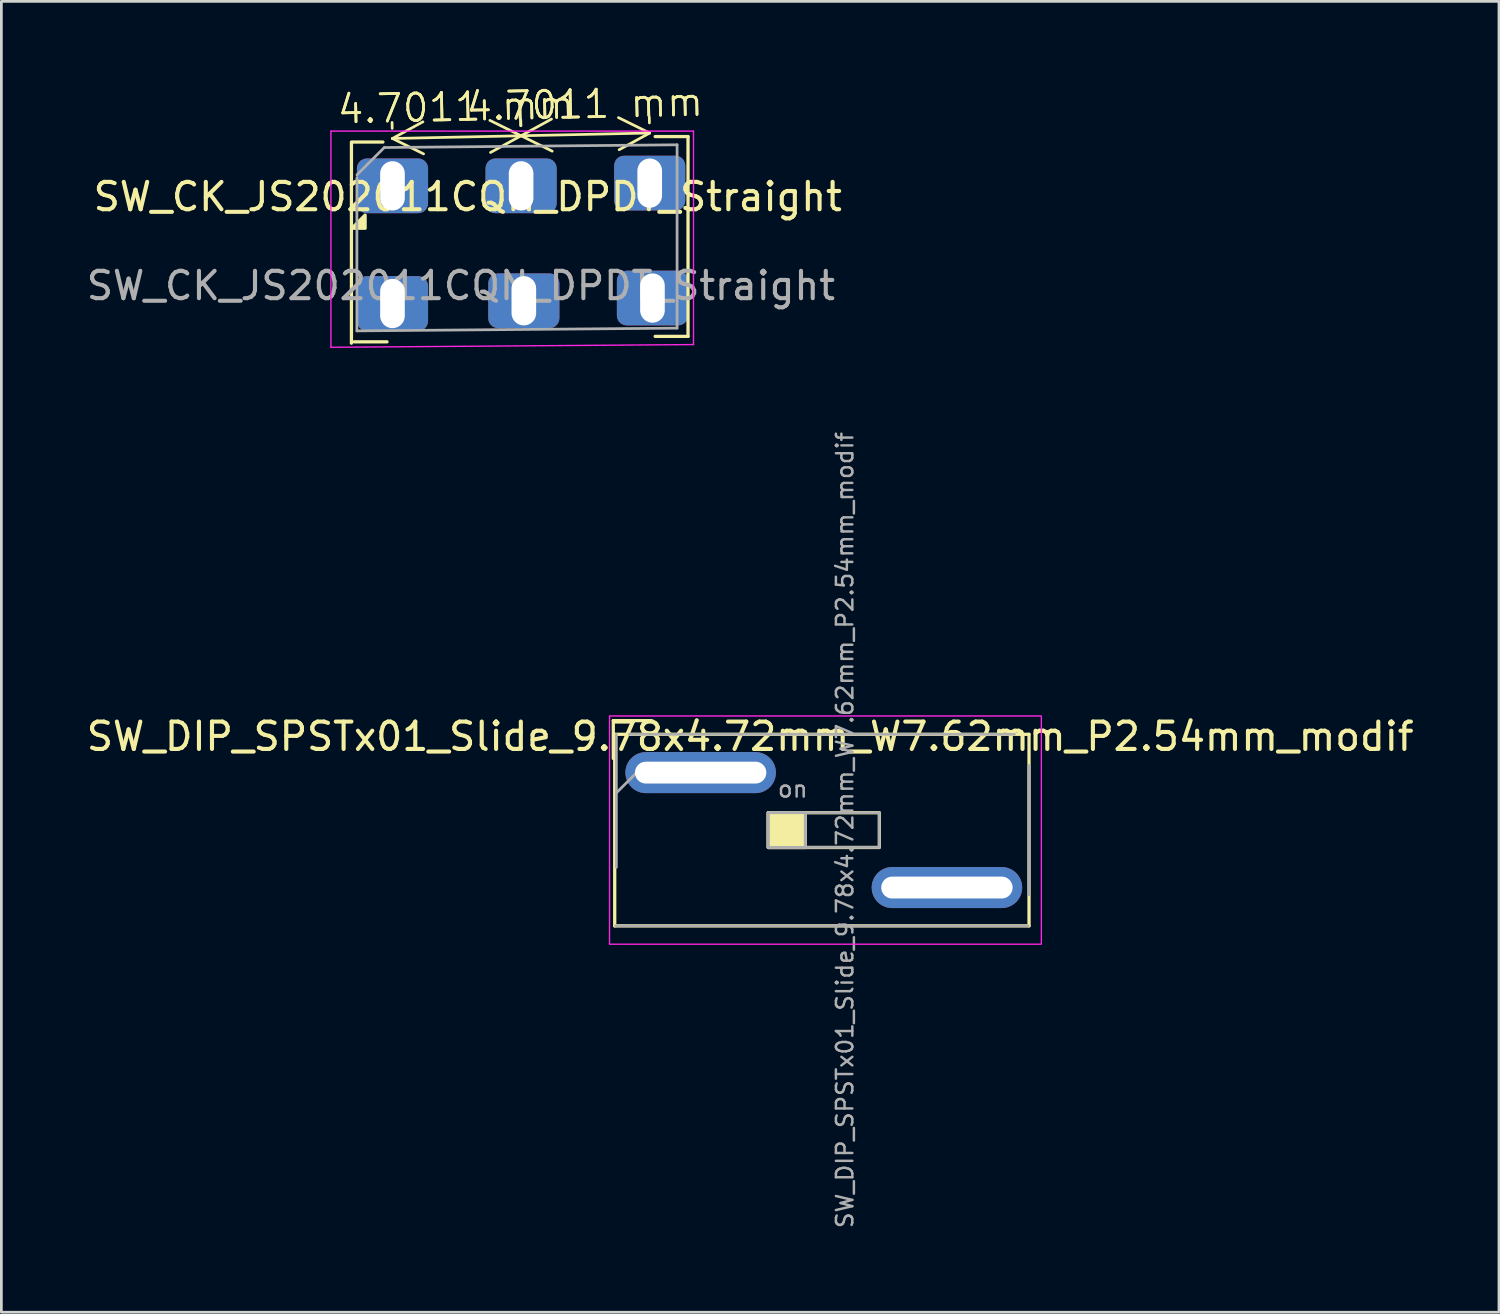
<source format=kicad_pcb>
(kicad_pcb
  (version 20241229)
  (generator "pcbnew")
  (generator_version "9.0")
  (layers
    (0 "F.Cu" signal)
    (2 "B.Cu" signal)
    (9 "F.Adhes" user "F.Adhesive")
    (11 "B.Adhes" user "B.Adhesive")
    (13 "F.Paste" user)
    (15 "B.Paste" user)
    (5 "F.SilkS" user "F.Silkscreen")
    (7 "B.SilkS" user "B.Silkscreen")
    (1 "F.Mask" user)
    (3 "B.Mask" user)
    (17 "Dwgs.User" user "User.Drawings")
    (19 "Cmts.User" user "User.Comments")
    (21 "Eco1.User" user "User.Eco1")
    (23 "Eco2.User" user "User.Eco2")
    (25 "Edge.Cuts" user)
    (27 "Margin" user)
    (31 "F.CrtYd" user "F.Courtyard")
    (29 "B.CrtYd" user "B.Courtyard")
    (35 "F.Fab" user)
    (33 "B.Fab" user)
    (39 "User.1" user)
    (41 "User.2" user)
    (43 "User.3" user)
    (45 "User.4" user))
  (footprint "SW_DIP_SPSTx01_Slide_9.78x4.72mm_W7.62mm_P2.54mm_modif"
    (layer "F.Cu")
    (at 20.553 27.283)
    (property "Reference" "SW_DIP_SPSTx01_Slide_9.78x4.72mm_W7.62mm_P2.54mm_modif" (at 3.81 -3.42 0) (layer "F.SilkS") (effects (font (size 1 1) (thickness 0.15))))
    (attr through_hole)
    (fp_line (start -1.192 -4) (end -1.192 -2.617) (stroke (width 0.12) (type solid)) (layer "F.SilkS"))
    (fp_line (start -1.192 -4) (end 0.192 -4) (stroke (width 0.12) (type solid)) (layer "F.SilkS"))
    (fp_line (start -1.14 -3.5) (end -1.14 3.5) (stroke (width 0.12) (type solid)) (layer "F.SilkS"))
    (fp_line (start -1.14 -3.5) (end 14 -3.5) (stroke (width 0.12) (type solid)) (layer "F.SilkS"))
    (fp_line (start -1.14 3.5) (end 14 3.5) (stroke (width 0.12) (type solid)) (layer "F.SilkS"))
    (fp_line (start 5.823 -0.635) (end 5.823 0.635) (stroke (width 0.12) (type solid)) (layer "F.SilkS"))
    (fp_line (start 14 -3.5) (end 14 3.5) (stroke (width 0.12) (type solid)) (layer "F.SilkS"))
    (fp_rect (start 4.47 -0.635) (end 5.823 0.635) (stroke (width 0.12) (type solid)) (fill yes) (layer "F.SilkS"))
    (fp_rect (start 4.47 -0.635) (end 8.53 0.635) (stroke (width 0.12) (type solid)) (fill no) (layer "F.SilkS"))
    (fp_rect (start -1.33 -4.17) (end 14.45 4.17) (stroke (width 0.05) (type solid)) (fill no) (layer "F.CrtYd"))
    (fp_line (start -1.08 -1.36) (end -0.08 -2.36) (stroke (width 0.1) (type solid)) (layer "F.Fab"))
    (fp_line (start -1.08 1.36) (end -1.08 -3.5) (stroke (width 0.1) (type solid)) (layer "F.Fab"))
    (fp_line (start -0.61 -3.5) (end 13.47 -3.5) (stroke (width 0.1) (type solid)) (layer "F.Fab"))
    (fp_line (start 5.823 -0.635) (end 5.823 0.635) (stroke (width 0.1) (type solid)) (layer "F.Fab"))
    (fp_line (start 13.97 3.5) (end -1.11 3.5) (stroke (width 0.1) (type solid)) (layer "F.Fab"))
    (fp_line (start 14 -2.36) (end 14 2.36) (stroke (width 0.1) (type solid)) (layer "F.Fab"))
    (fp_rect (start 4.47 -0.635) (end 5.823 0.635) (stroke (width 0.1) (type solid)) (fill no) (layer "F.Fab"))
    (fp_rect (start 4.47 -0.635) (end 8.53 0.635) (stroke (width 0.1) (type solid)) (fill no) (layer "F.Fab"))
    (fp_text user "${REFERENCE}" (at 7.27 0 90) (layer "F.Fab") (effects (font (size 0.6 0.6) (thickness 0.09))))
    (fp_text user "on" (at 5.365 -1.498 0) (layer "F.Fab") (effects (font (size 0.6 0.6) (thickness 0.09))))
    (pad "1" thru_hole oval (at 2 -2.1) (size 5.5 1.5) (drill oval 4.8 0.8) (layers "*.Cu" "*.Mask"))
    (pad "2" thru_hole oval (at 11 2.1) (size 5.5 1.5) (drill oval 4.8 0.8) (layers "*.Cu" "*.Mask")))
  (footprint "SW_CK_JS202011CQN_DPDT_Straight"
    (layer "F.Cu")
    (at 11.292 5.741)
    (property "Reference" "SW_CK_JS202011CQN_DPDT_Straight" (at 2.75 -1.6 0) (layer "F.SilkS") (effects (font (size 1 1) (thickness 0.15))))
    (attr through_hole)
    (fp_line (start -1.5 -3.6) (end -1.5 3.75) (stroke (width 0.12) (type solid)) (layer "F.SilkS"))
    (fp_line (start -1.4 3.7) (end -0.2 3.7) (stroke (width 0.12) (type solid)) (layer "F.SilkS"))
    (fp_line (start -0.35 -3.6) (end -1.45 -3.6) (stroke (width 0.12) (type solid)) (layer "F.SilkS"))
    (fp_line (start 9.6 -3.8) (end 10.8 -3.8) (stroke (width 0.12) (type solid)) (layer "F.SilkS"))
    (fp_line (start 10.8 -3.8) (end 10.8 3.5) (stroke (width 0.12) (type solid)) (layer "F.SilkS"))
    (fp_line (start 10.8 3.5) (end 9.6 3.5) (stroke (width 0.12) (type solid)) (layer "F.SilkS"))
    (fp_poly (pts (xy -1 -0.45) (xy -1.48 -0.45) (xy -1 -0.93) (xy -1 -0.45)) (stroke (width 0.12) (type solid)) (fill yes) (layer "F.SilkS"))
    (fp_line (start -2.25 -4) (end 11 -4) (stroke (width 0.05) (type solid)) (layer "F.CrtYd"))
    (fp_line (start -2.25 3.9) (end -2.25 -4) (stroke (width 0.05) (type solid)) (layer "F.CrtYd"))
    (fp_line (start 11 -4) (end 11 3.8) (stroke (width 0.05) (type solid)) (layer "F.CrtYd"))
    (fp_line (start 11 3.8) (end -2.25 3.9) (stroke (width 0.05) (type solid)) (layer "F.CrtYd"))
    (fp_line (start -1.3 3.3) (end -1.3 -2.3) (stroke (width 0.1) (type solid)) (layer "F.Fab"))
    (fp_line (start -0.3 -3.4) (end -1.3 -2.4) (stroke (width 0.1) (type solid)) (layer "F.Fab"))
    (fp_line (start -0.3 -3.4) (end 10.4 -3.5) (stroke (width 0.1) (type solid)) (layer "F.Fab"))
    (fp_line (start 10.4 -3.5) (end 10.4 3.2) (stroke (width 0.1) (type solid)) (layer "F.Fab"))
    (fp_line (start 10.4 3.2) (end -1.3 3.3) (stroke (width 0.1) (type solid)) (layer "F.Fab"))
    (fp_text user "${REFERENCE}" (at 2.5 1.65 0) (layer "F.Fab") (effects (font (size 1 1) (thickness 0.15))))
    (dimension (type aligned) (layer "F.SilkS") (pts (xy 11.292 2.141) (xy 15.992 2.041)) (height -0.13) (format (prefix "") (suffix "") (units 3) (units_format 1) (precision 4)) (style (thickness 0.1) (arrow_length 1.27) (text_position_mode 0) (arrow_direction outward) (extension_height 0.586) (extension_offset 0.5) (keep_text_aligned yes)) (gr_text "4.7011 mm" (at 13.615 0.861 1.219) (layer "F.SilkS") (effects (font (size 1 1) (thickness 0.1)))))
    (dimension (type aligned) (layer "F.SilkS") (pts (xy 15.992 2.041) (xy 20.692 1.941)) (height -0.13) (format (prefix "") (suffix "") (units 3) (units_format 1) (precision 4)) (style (thickness 0.1) (arrow_length 1.27) (text_position_mode 0) (arrow_direction outward) (extension_height 0.586) (extension_offset 0.5) (keep_text_aligned yes)) (gr_text "4.7011 mm" (at 18.315 0.76 1.219) (layer "F.SilkS") (effects (font (size 1 1) (thickness 0.1)))))
    (pad "1" thru_hole roundrect (at 0 -2) (size 2.6 2) (drill oval 0.9 1.8) (layers "*.Cu" "*.Mask") (roundrect_rratio 0.179))
    (pad "2" thru_hole roundrect (at 4.7 -2) (size 2.6 2) (drill oval 0.9 1.8) (layers "*.Cu" "*.Mask") (roundrect_rratio 0.179))
    (pad "3" thru_hole roundrect (at 9.4 -2.1) (size 2.6 2) (drill oval 0.9 1.8) (layers "*.Cu" "*.Mask") (roundrect_rratio 0.179))
    (pad "4" thru_hole roundrect (at 9.5 2.1) (size 2.6 2) (drill oval 0.9 1.8) (layers "*.Cu" "*.Mask") (roundrect_rratio 0.179))
    (pad "5" thru_hole roundrect (at 4.8 2.2) (size 2.6 2) (drill oval 0.9 1.8) (layers "*.Cu" "*.Mask") (roundrect_rratio 0.179))
    (pad "6" thru_hole roundrect (at 0 2.3) (size 2.6 2) (drill oval 0.9 1.8) (layers "*.Cu" "*.Mask") (roundrect_rratio 0.179)))
  (gr_rect
    (start -3 -3)
    (end 51.726 44.901)
    (stroke (width 0.1) (type default))
    (fill no)
    (layer "Edge.Cuts")))
</source>
